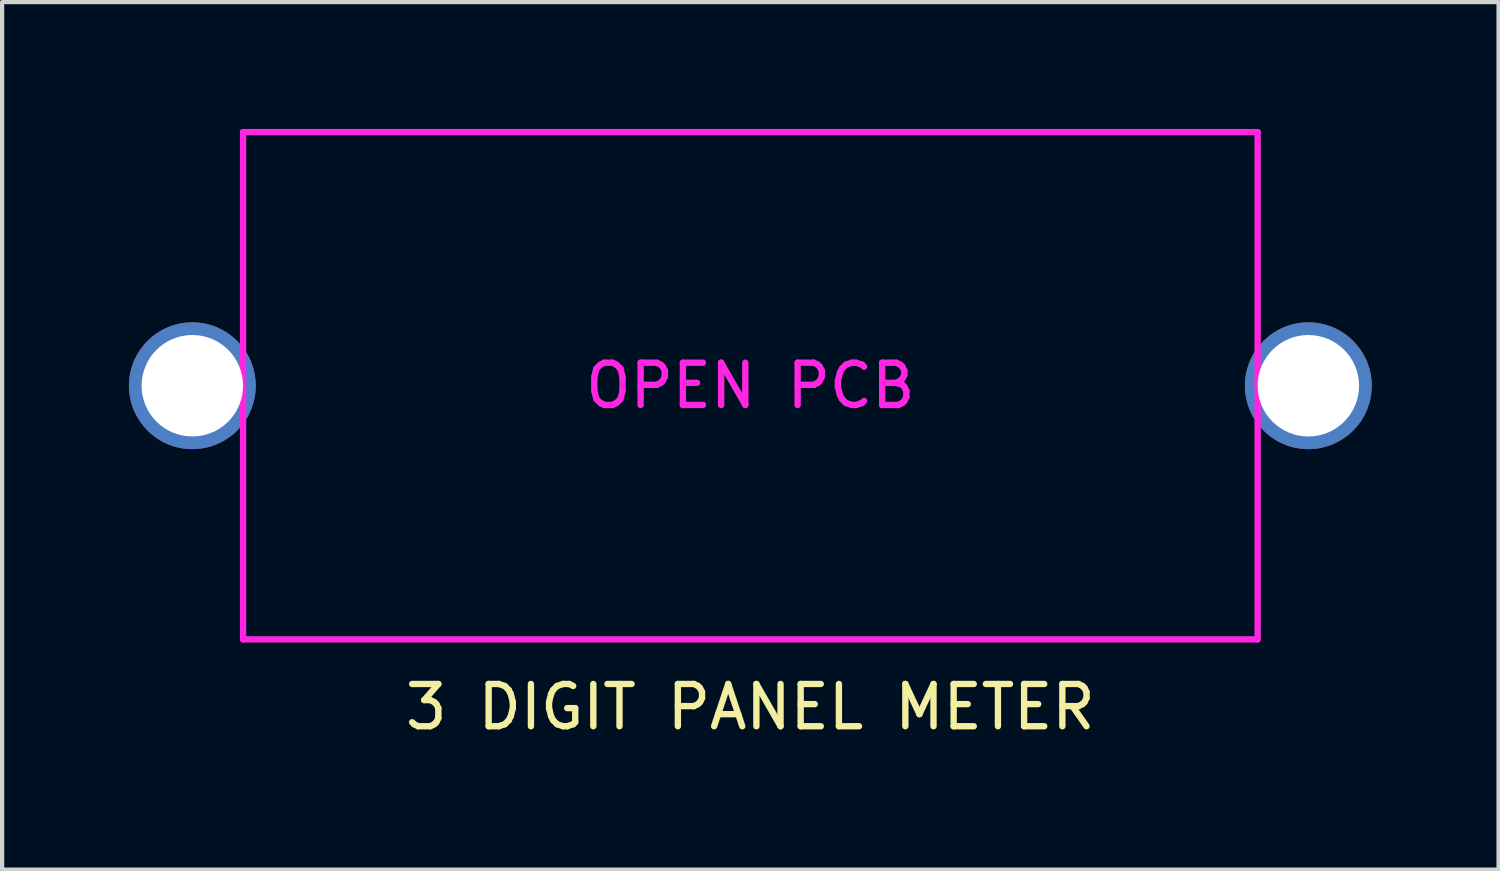
<source format=kicad_pcb>
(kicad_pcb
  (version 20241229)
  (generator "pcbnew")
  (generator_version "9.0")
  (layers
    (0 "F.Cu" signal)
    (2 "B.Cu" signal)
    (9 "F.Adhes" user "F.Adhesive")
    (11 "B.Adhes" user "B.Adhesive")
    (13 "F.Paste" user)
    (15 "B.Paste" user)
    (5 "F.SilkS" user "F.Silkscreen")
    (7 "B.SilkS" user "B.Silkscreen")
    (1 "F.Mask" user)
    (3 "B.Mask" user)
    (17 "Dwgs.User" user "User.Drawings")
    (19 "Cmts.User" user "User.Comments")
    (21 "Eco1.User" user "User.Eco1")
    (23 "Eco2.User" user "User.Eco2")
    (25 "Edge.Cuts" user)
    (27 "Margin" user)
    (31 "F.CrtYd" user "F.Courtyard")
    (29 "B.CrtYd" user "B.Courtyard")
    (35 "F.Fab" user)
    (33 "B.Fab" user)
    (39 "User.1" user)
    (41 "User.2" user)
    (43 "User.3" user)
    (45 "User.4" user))
  (footprint "3 DIGIT PANEL METER"
    (layer "F.Cu")
    (at 14.7 6.075)
    (property "Reference" "3 DIGIT PANEL METER" (at 0 7.6 0) (layer "F.SilkS") (effects (font (size 1 1) (thickness 0.15))))
    (attr through_hole)
    (fp_line (start -12 -6) (end -12 6) (stroke (width 0.15) (type solid)) (layer "F.CrtYd"))
    (fp_line (start -12 6) (end 12 6) (stroke (width 0.15) (type solid)) (layer "F.CrtYd"))
    (fp_line (start 12 -6) (end -12 -6) (stroke (width 0.15) (type solid)) (layer "F.CrtYd"))
    (fp_line (start 12 6) (end 12 -6) (stroke (width 0.15) (type solid)) (layer "F.CrtYd"))
    (fp_text user "OPEN PCB" (at 0 0 0) (layer "F.CrtYd") (effects (font (size 1 1) (thickness 0.15))))
    (pad "1" thru_hole circle (at 13.2 0) (size 3 3) (drill 2.4) (layers "*.Cu" "*.Mask"))
    (pad "2" thru_hole circle (at -13.2 0) (size 3 3) (drill 2.4) (layers "*.Cu" "*.Mask")))
  (gr_rect
    (start -3 -3)
    (end 32.4 17.523)
    (stroke (width 0.1) (type default))
    (fill no)
    (layer "Edge.Cuts")))
</source>
